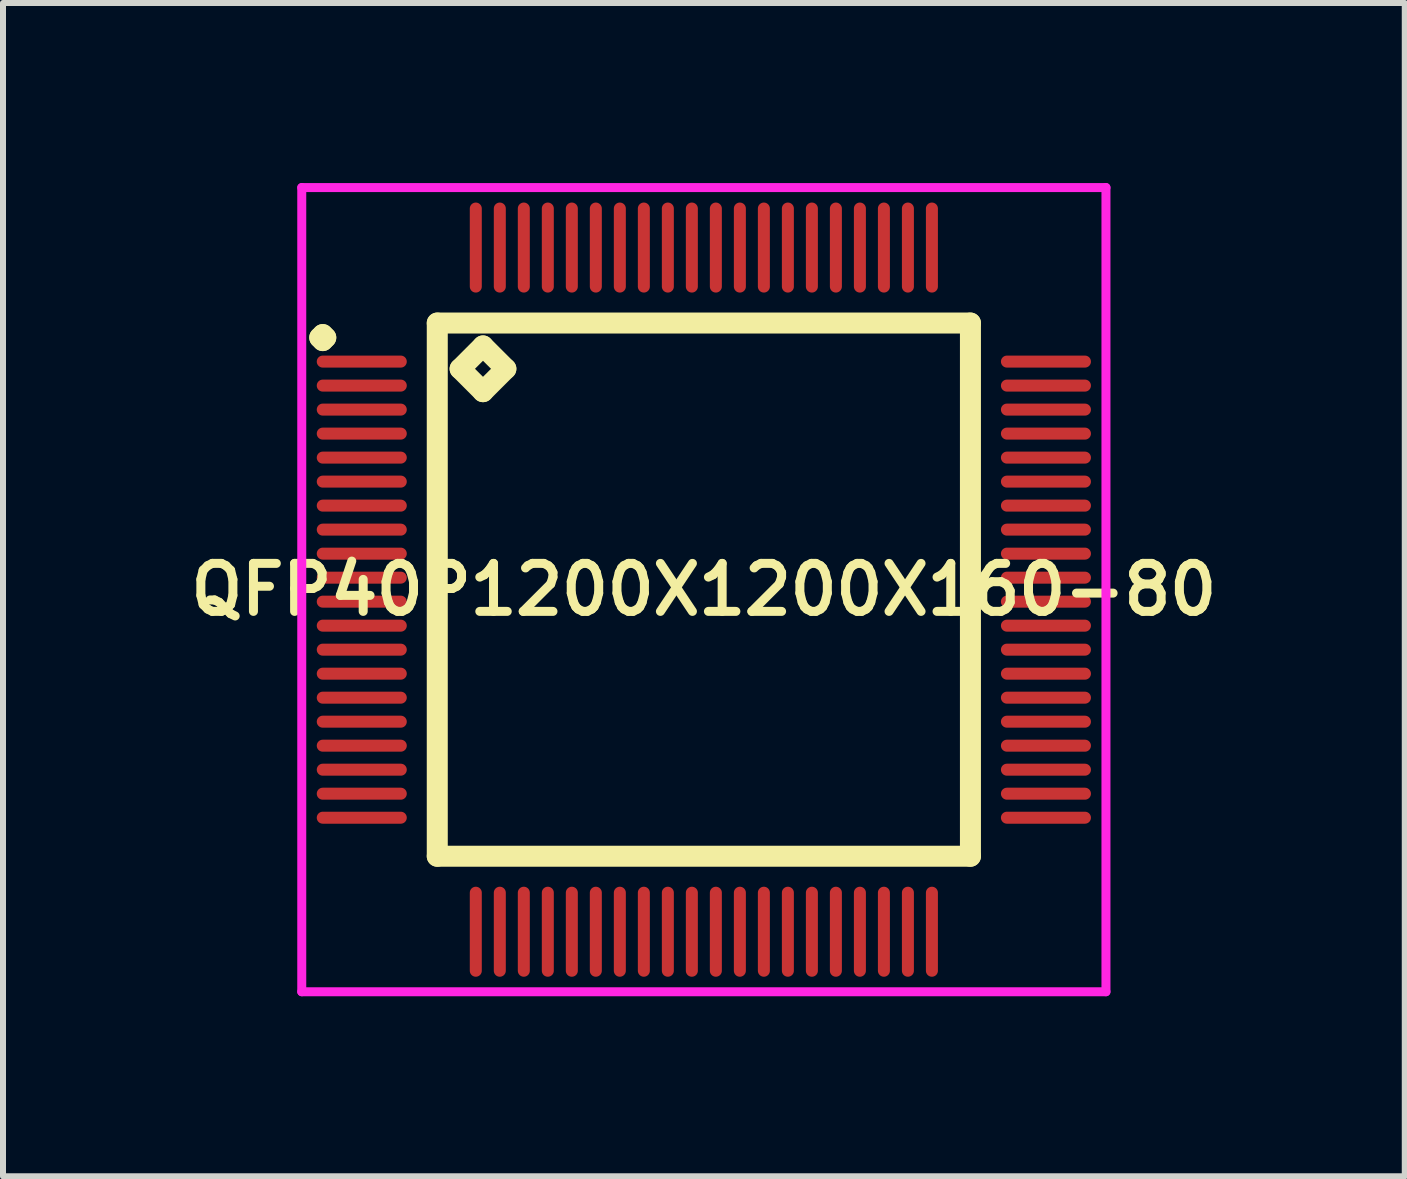
<source format=kicad_pcb>
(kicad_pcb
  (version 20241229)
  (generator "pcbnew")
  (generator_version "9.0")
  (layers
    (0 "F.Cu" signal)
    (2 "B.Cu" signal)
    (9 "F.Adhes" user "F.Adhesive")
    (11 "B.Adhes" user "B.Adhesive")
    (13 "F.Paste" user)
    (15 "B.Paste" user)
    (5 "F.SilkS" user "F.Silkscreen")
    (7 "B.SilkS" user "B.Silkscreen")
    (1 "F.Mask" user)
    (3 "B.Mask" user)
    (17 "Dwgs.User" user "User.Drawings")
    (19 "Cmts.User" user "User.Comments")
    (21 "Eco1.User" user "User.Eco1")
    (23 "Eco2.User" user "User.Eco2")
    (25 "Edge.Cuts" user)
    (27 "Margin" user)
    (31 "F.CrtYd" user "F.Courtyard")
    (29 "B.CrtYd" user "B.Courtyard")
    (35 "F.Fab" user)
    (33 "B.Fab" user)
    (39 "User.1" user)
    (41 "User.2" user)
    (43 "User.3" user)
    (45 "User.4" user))
  (footprint "QFP40P1200X1200X160-80"
    (layer "F.Cu")
    (at 8.678 6.775)
    (property "Reference" "QFP40P1200X1200X160-80" (at 0 0 0) (layer "F.SilkS") (effects (font (size 0.8 0.8) (thickness 0.15))))
    (attr smd)
    (fp_line (start -6.4 -4.2) (end -6.35 -4.25) (stroke (width 0.35) (type solid)) (layer "F.SilkS"))
    (fp_line (start -6.35 -4.25) (end -6.3 -4.2) (stroke (width 0.35) (type solid)) (layer "F.SilkS"))
    (fp_line (start -6.35 -4.15) (end -6.4 -4.2) (stroke (width 0.35) (type solid)) (layer "F.SilkS"))
    (fp_line (start -6.3 -4.2) (end -6.35 -4.15) (stroke (width 0.35) (type solid)) (layer "F.SilkS"))
    (fp_line (start -4.442 -4.442) (end -4.442 4.442) (stroke (width 0.35) (type solid)) (layer "F.SilkS"))
    (fp_line (start -4.442 4.442) (end 4.442 4.442) (stroke (width 0.35) (type solid)) (layer "F.SilkS"))
    (fp_line (start -4.061 -3.68) (end -3.68 -4.061) (stroke (width 0.35) (type solid)) (layer "F.SilkS"))
    (fp_line (start -3.68 -4.061) (end -3.299 -3.68) (stroke (width 0.35) (type solid)) (layer "F.SilkS"))
    (fp_line (start -3.68 -3.299) (end -4.061 -3.68) (stroke (width 0.35) (type solid)) (layer "F.SilkS"))
    (fp_line (start -3.299 -3.68) (end -3.68 -3.299) (stroke (width 0.35) (type solid)) (layer "F.SilkS"))
    (fp_line (start 4.442 -4.442) (end -4.442 -4.442) (stroke (width 0.35) (type solid)) (layer "F.SilkS"))
    (fp_line (start 4.442 4.442) (end 4.442 -4.442) (stroke (width 0.35) (type solid)) (layer "F.SilkS"))
    (fp_line (start -6.7 -6.7) (end 6.7 -6.7) (stroke (width 0.15) (type solid)) (layer "F.CrtYd"))
    (fp_line (start -6.7 6.7) (end -6.7 -6.7) (stroke (width 0.15) (type solid)) (layer "F.CrtYd"))
    (fp_line (start 6.7 -6.7) (end 6.7 6.7) (stroke (width 0.15) (type solid)) (layer "F.CrtYd"))
    (fp_line (start 6.7 6.7) (end -6.7 6.7) (stroke (width 0.15) (type solid)) (layer "F.CrtYd"))
    (pad "1" smd oval (at -5.7 -3.8) (size 1.5 0.2) (layers "F.Cu" "F.Mask" "F.Paste"))
    (pad "2" smd oval (at -5.7 -3.4) (size 1.5 0.2) (layers "F.Cu" "F.Mask" "F.Paste"))
    (pad "3" smd oval (at -5.7 -3) (size 1.5 0.2) (layers "F.Cu" "F.Mask" "F.Paste"))
    (pad "4" smd oval (at -5.7 -2.6) (size 1.5 0.2) (layers "F.Cu" "F.Mask" "F.Paste"))
    (pad "5" smd oval (at -5.7 -2.2) (size 1.5 0.2) (layers "F.Cu" "F.Mask" "F.Paste"))
    (pad "6" smd oval (at -5.7 -1.8) (size 1.5 0.2) (layers "F.Cu" "F.Mask" "F.Paste"))
    (pad "7" smd oval (at -5.7 -1.4) (size 1.5 0.2) (layers "F.Cu" "F.Mask" "F.Paste"))
    (pad "8" smd oval (at -5.7 -1) (size 1.5 0.2) (layers "F.Cu" "F.Mask" "F.Paste"))
    (pad "9" smd oval (at -5.7 -0.6) (size 1.5 0.2) (layers "F.Cu" "F.Mask" "F.Paste"))
    (pad "10" smd oval (at -5.7 -0.2) (size 1.5 0.2) (layers "F.Cu" "F.Mask" "F.Paste"))
    (pad "11" smd oval (at -5.7 0.2) (size 1.5 0.2) (layers "F.Cu" "F.Mask" "F.Paste"))
    (pad "12" smd oval (at -5.7 0.6) (size 1.5 0.2) (layers "F.Cu" "F.Mask" "F.Paste"))
    (pad "13" smd oval (at -5.7 1) (size 1.5 0.2) (layers "F.Cu" "F.Mask" "F.Paste"))
    (pad "14" smd oval (at -5.7 1.4) (size 1.5 0.2) (layers "F.Cu" "F.Mask" "F.Paste"))
    (pad "15" smd oval (at -5.7 1.8) (size 1.5 0.2) (layers "F.Cu" "F.Mask" "F.Paste"))
    (pad "16" smd oval (at -5.7 2.2) (size 1.5 0.2) (layers "F.Cu" "F.Mask" "F.Paste"))
    (pad "17" smd oval (at -5.7 2.6) (size 1.5 0.2) (layers "F.Cu" "F.Mask" "F.Paste"))
    (pad "18" smd oval (at -5.7 3) (size 1.5 0.2) (layers "F.Cu" "F.Mask" "F.Paste"))
    (pad "19" smd oval (at -5.7 3.4) (size 1.5 0.2) (layers "F.Cu" "F.Mask" "F.Paste"))
    (pad "20" smd oval (at -5.7 3.8) (size 1.5 0.2) (layers "F.Cu" "F.Mask" "F.Paste"))
    (pad "21" smd oval (at -3.8 5.7) (size 0.2 1.5) (layers "F.Cu" "F.Mask" "F.Paste"))
    (pad "22" smd oval (at -3.4 5.7) (size 0.2 1.5) (layers "F.Cu" "F.Mask" "F.Paste"))
    (pad "23" smd oval (at -3 5.7) (size 0.2 1.5) (layers "F.Cu" "F.Mask" "F.Paste"))
    (pad "24" smd oval (at -2.6 5.7) (size 0.2 1.5) (layers "F.Cu" "F.Mask" "F.Paste"))
    (pad "25" smd oval (at -2.2 5.7) (size 0.2 1.5) (layers "F.Cu" "F.Mask" "F.Paste"))
    (pad "26" smd oval (at -1.8 5.7) (size 0.2 1.5) (layers "F.Cu" "F.Mask" "F.Paste"))
    (pad "27" smd oval (at -1.4 5.7) (size 0.2 1.5) (layers "F.Cu" "F.Mask" "F.Paste"))
    (pad "28" smd oval (at -1 5.7) (size 0.2 1.5) (layers "F.Cu" "F.Mask" "F.Paste"))
    (pad "29" smd oval (at -0.6 5.7) (size 0.2 1.5) (layers "F.Cu" "F.Mask" "F.Paste"))
    (pad "30" smd oval (at -0.2 5.7) (size 0.2 1.5) (layers "F.Cu" "F.Mask" "F.Paste"))
    (pad "31" smd oval (at 0.2 5.7) (size 0.2 1.5) (layers "F.Cu" "F.Mask" "F.Paste"))
    (pad "32" smd oval (at 0.6 5.7) (size 0.2 1.5) (layers "F.Cu" "F.Mask" "F.Paste"))
    (pad "33" smd oval (at 1 5.7) (size 0.2 1.5) (layers "F.Cu" "F.Mask" "F.Paste"))
    (pad "34" smd oval (at 1.4 5.7) (size 0.2 1.5) (layers "F.Cu" "F.Mask" "F.Paste"))
    (pad "35" smd oval (at 1.8 5.7) (size 0.2 1.5) (layers "F.Cu" "F.Mask" "F.Paste"))
    (pad "36" smd oval (at 2.2 5.7) (size 0.2 1.5) (layers "F.Cu" "F.Mask" "F.Paste"))
    (pad "37" smd oval (at 2.6 5.7) (size 0.2 1.5) (layers "F.Cu" "F.Mask" "F.Paste"))
    (pad "38" smd oval (at 3 5.7) (size 0.2 1.5) (layers "F.Cu" "F.Mask" "F.Paste"))
    (pad "39" smd oval (at 3.4 5.7) (size 0.2 1.5) (layers "F.Cu" "F.Mask" "F.Paste"))
    (pad "40" smd oval (at 3.8 5.7) (size 0.2 1.5) (layers "F.Cu" "F.Mask" "F.Paste"))
    (pad "41" smd oval (at 5.7 3.8) (size 1.5 0.2) (layers "F.Cu" "F.Mask" "F.Paste"))
    (pad "42" smd oval (at 5.7 3.4) (size 1.5 0.2) (layers "F.Cu" "F.Mask" "F.Paste"))
    (pad "43" smd oval (at 5.7 3) (size 1.5 0.2) (layers "F.Cu" "F.Mask" "F.Paste"))
    (pad "44" smd oval (at 5.7 2.6) (size 1.5 0.2) (layers "F.Cu" "F.Mask" "F.Paste"))
    (pad "45" smd oval (at 5.7 2.2) (size 1.5 0.2) (layers "F.Cu" "F.Mask" "F.Paste"))
    (pad "46" smd oval (at 5.7 1.8) (size 1.5 0.2) (layers "F.Cu" "F.Mask" "F.Paste"))
    (pad "47" smd oval (at 5.7 1.4) (size 1.5 0.2) (layers "F.Cu" "F.Mask" "F.Paste"))
    (pad "48" smd oval (at 5.7 1) (size 1.5 0.2) (layers "F.Cu" "F.Mask" "F.Paste"))
    (pad "49" smd oval (at 5.7 0.6) (size 1.5 0.2) (layers "F.Cu" "F.Mask" "F.Paste"))
    (pad "50" smd oval (at 5.7 0.2) (size 1.5 0.2) (layers "F.Cu" "F.Mask" "F.Paste"))
    (pad "51" smd oval (at 5.7 -0.2) (size 1.5 0.2) (layers "F.Cu" "F.Mask" "F.Paste"))
    (pad "52" smd oval (at 5.7 -0.6) (size 1.5 0.2) (layers "F.Cu" "F.Mask" "F.Paste"))
    (pad "53" smd oval (at 5.7 -1) (size 1.5 0.2) (layers "F.Cu" "F.Mask" "F.Paste"))
    (pad "54" smd oval (at 5.7 -1.4) (size 1.5 0.2) (layers "F.Cu" "F.Mask" "F.Paste"))
    (pad "55" smd oval (at 5.7 -1.8) (size 1.5 0.2) (layers "F.Cu" "F.Mask" "F.Paste"))
    (pad "56" smd oval (at 5.7 -2.2) (size 1.5 0.2) (layers "F.Cu" "F.Mask" "F.Paste"))
    (pad "57" smd oval (at 5.7 -2.6) (size 1.5 0.2) (layers "F.Cu" "F.Mask" "F.Paste"))
    (pad "58" smd oval (at 5.7 -3) (size 1.5 0.2) (layers "F.Cu" "F.Mask" "F.Paste"))
    (pad "59" smd oval (at 5.7 -3.4) (size 1.5 0.2) (layers "F.Cu" "F.Mask" "F.Paste"))
    (pad "60" smd oval (at 5.7 -3.8) (size 1.5 0.2) (layers "F.Cu" "F.Mask" "F.Paste"))
    (pad "61" smd oval (at 3.8 -5.7) (size 0.2 1.5) (layers "F.Cu" "F.Mask" "F.Paste"))
    (pad "62" smd oval (at 3.4 -5.7) (size 0.2 1.5) (layers "F.Cu" "F.Mask" "F.Paste"))
    (pad "63" smd oval (at 3 -5.7) (size 0.2 1.5) (layers "F.Cu" "F.Mask" "F.Paste"))
    (pad "64" smd oval (at 2.6 -5.7) (size 0.2 1.5) (layers "F.Cu" "F.Mask" "F.Paste"))
    (pad "65" smd oval (at 2.2 -5.7) (size 0.2 1.5) (layers "F.Cu" "F.Mask" "F.Paste"))
    (pad "66" smd oval (at 1.8 -5.7) (size 0.2 1.5) (layers "F.Cu" "F.Mask" "F.Paste"))
    (pad "67" smd oval (at 1.4 -5.7) (size 0.2 1.5) (layers "F.Cu" "F.Mask" "F.Paste"))
    (pad "68" smd oval (at 1 -5.7) (size 0.2 1.5) (layers "F.Cu" "F.Mask" "F.Paste"))
    (pad "69" smd oval (at 0.6 -5.7) (size 0.2 1.5) (layers "F.Cu" "F.Mask" "F.Paste"))
    (pad "70" smd oval (at 0.2 -5.7) (size 0.2 1.5) (layers "F.Cu" "F.Mask" "F.Paste"))
    (pad "71" smd oval (at -0.2 -5.7) (size 0.2 1.5) (layers "F.Cu" "F.Mask" "F.Paste"))
    (pad "72" smd oval (at -0.6 -5.7) (size 0.2 1.5) (layers "F.Cu" "F.Mask" "F.Paste"))
    (pad "73" smd oval (at -1 -5.7) (size 0.2 1.5) (layers "F.Cu" "F.Mask" "F.Paste"))
    (pad "74" smd oval (at -1.4 -5.7) (size 0.2 1.5) (layers "F.Cu" "F.Mask" "F.Paste"))
    (pad "75" smd oval (at -1.8 -5.7) (size 0.2 1.5) (layers "F.Cu" "F.Mask" "F.Paste"))
    (pad "76" smd oval (at -2.2 -5.7) (size 0.2 1.5) (layers "F.Cu" "F.Mask" "F.Paste"))
    (pad "77" smd oval (at -2.6 -5.7) (size 0.2 1.5) (layers "F.Cu" "F.Mask" "F.Paste"))
    (pad "78" smd oval (at -3 -5.7) (size 0.2 1.5) (layers "F.Cu" "F.Mask" "F.Paste"))
    (pad "79" smd oval (at -3.4 -5.7) (size 0.2 1.5) (layers "F.Cu" "F.Mask" "F.Paste"))
    (pad "80" smd oval (at -3.8 -5.7) (size 0.2 1.5) (layers "F.Cu" "F.Mask" "F.Paste")))
  (gr_rect
    (start -3 -3)
    (end 20.357 16.55)
    (stroke (width 0.1) (type default))
    (fill no)
    (layer "Edge.Cuts")))
</source>
